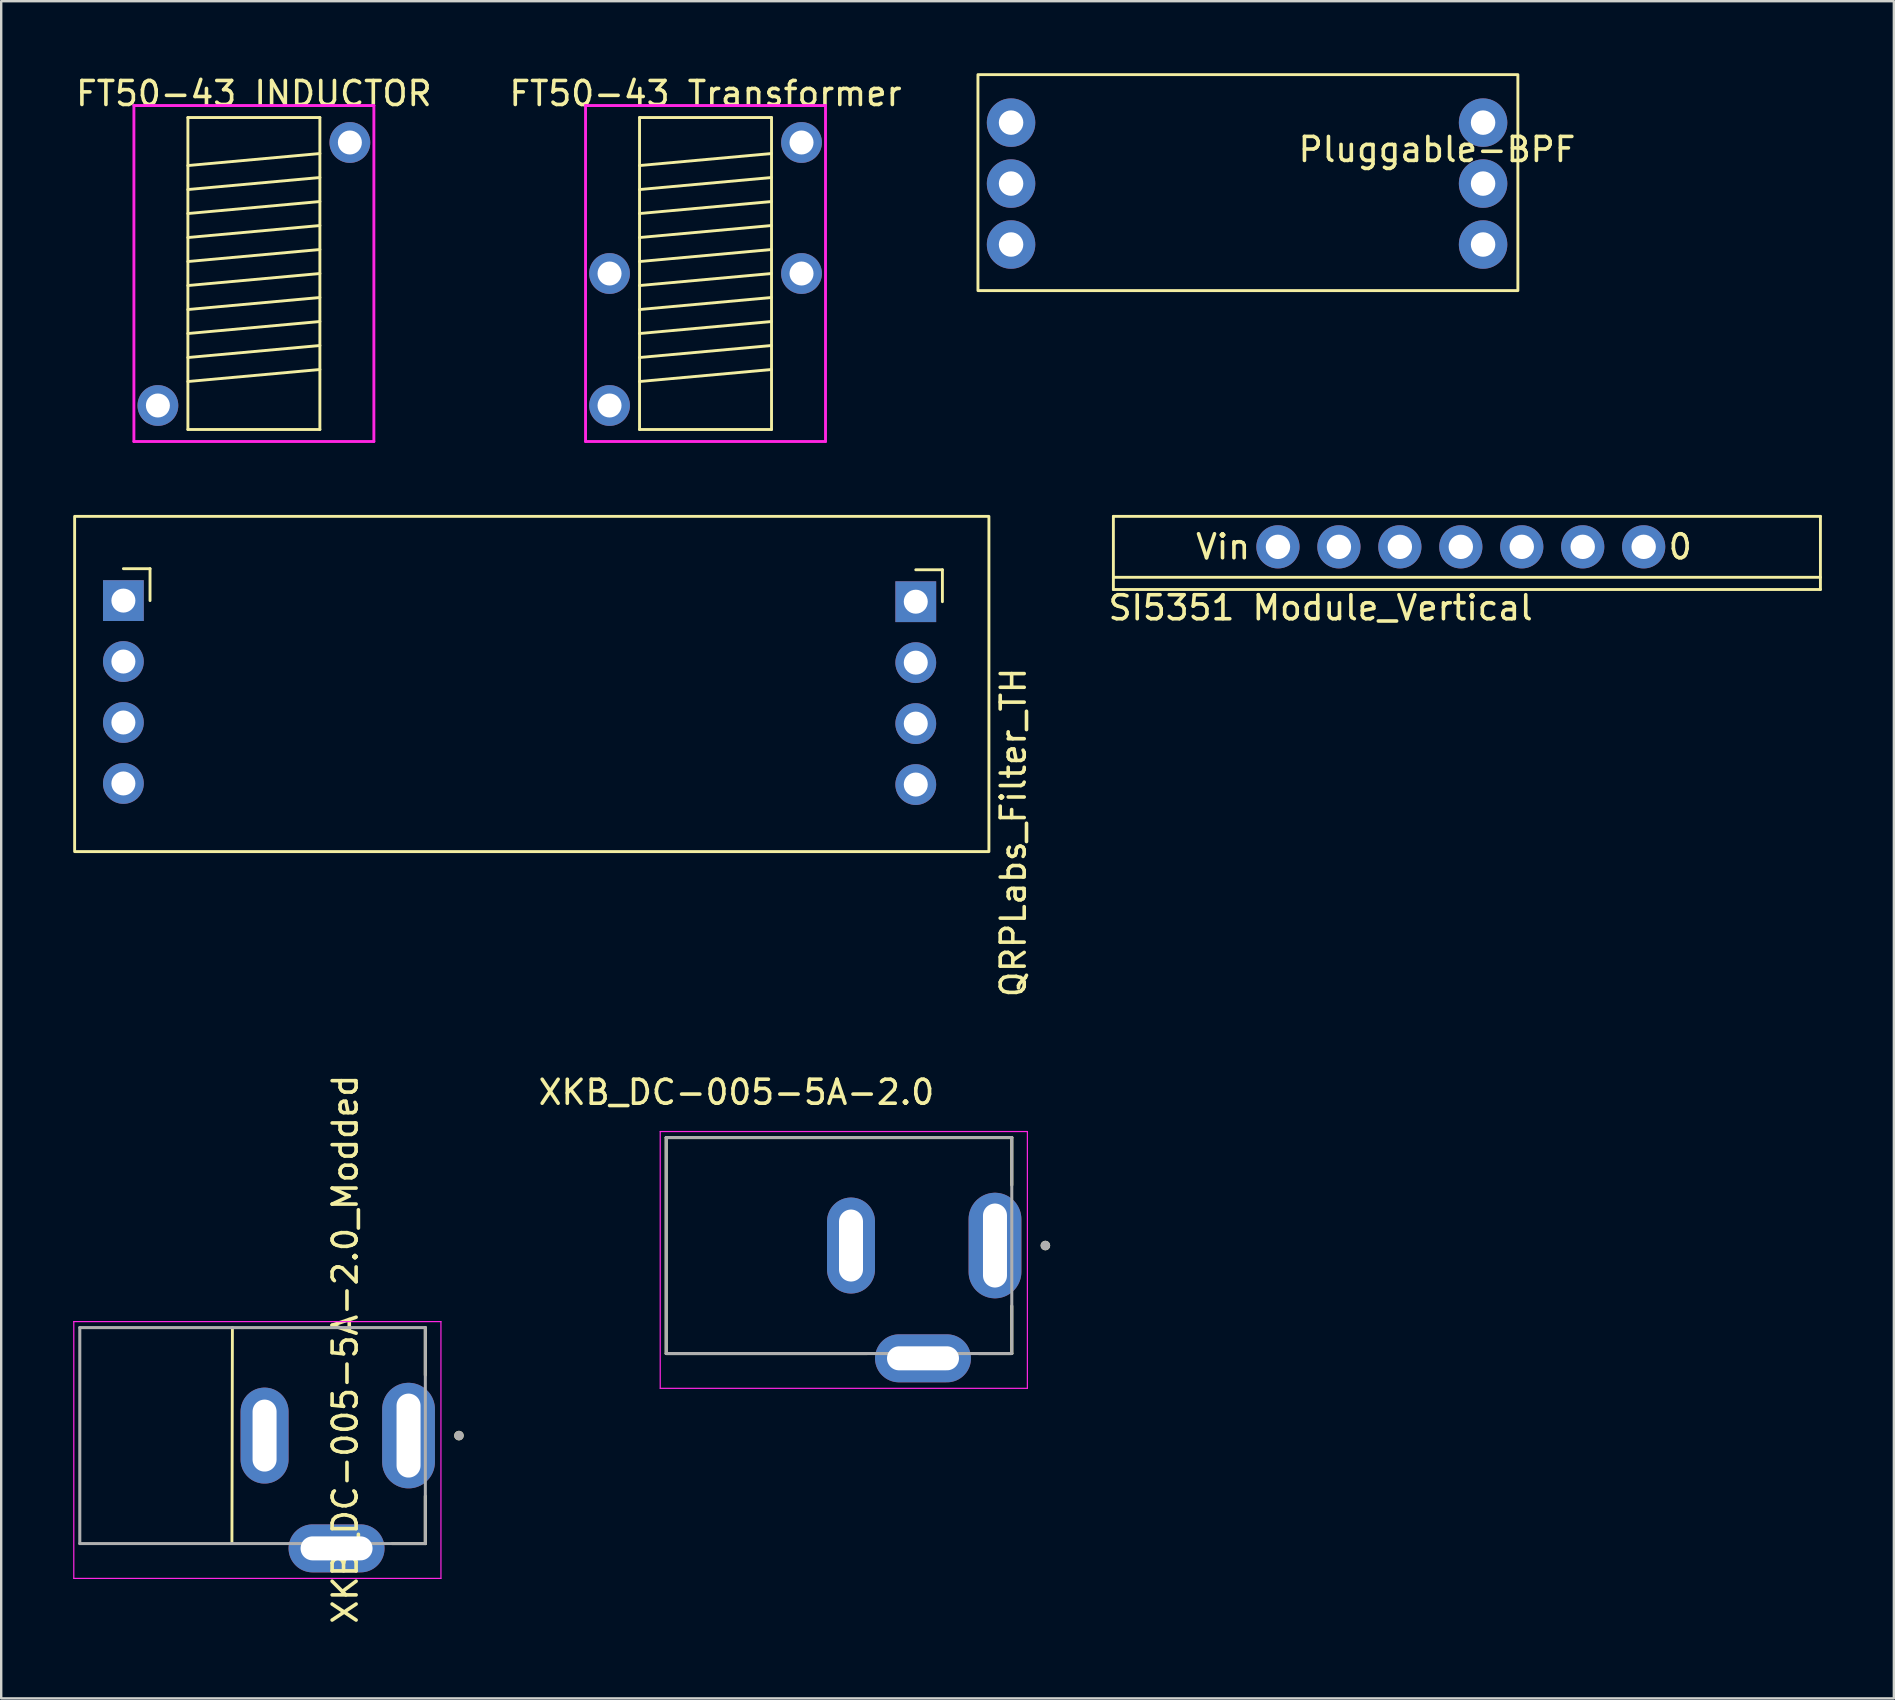
<source format=kicad_pcb>
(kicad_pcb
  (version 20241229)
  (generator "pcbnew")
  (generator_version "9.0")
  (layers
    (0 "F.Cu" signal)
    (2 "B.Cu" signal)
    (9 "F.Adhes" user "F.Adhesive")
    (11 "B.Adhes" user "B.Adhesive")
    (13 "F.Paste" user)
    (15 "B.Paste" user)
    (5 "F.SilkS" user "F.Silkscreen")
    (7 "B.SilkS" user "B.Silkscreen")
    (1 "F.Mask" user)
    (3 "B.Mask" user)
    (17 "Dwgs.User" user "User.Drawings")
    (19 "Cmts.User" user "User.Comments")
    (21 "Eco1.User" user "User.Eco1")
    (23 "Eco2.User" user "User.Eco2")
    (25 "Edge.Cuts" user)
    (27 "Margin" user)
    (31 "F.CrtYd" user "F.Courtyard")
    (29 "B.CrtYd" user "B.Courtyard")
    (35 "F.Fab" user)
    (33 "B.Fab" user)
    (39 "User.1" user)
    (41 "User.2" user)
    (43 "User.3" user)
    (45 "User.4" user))
  (footprint "FT50-43 INDUCTOR"
    (layer "F.Cu")
    (at 7.53 0.348)
    (property "Reference" "FT50-43 INDUCTOR" (at 0 0.5 0) (unlocked yes) (layer "F.SilkS") (effects (font (size 1 1) (thickness 0.15))))
    (attr through_hole)
    (fp_line (start -2.75 1.5) (end 2.75 1.5) (stroke (width 0.12) (type solid)) (layer "F.SilkS"))
    (fp_line (start -2.75 3.5) (end 2.75 3) (stroke (width 0.12) (type solid)) (layer "F.SilkS"))
    (fp_line (start -2.75 4.5) (end 2.75 4) (stroke (width 0.12) (type solid)) (layer "F.SilkS"))
    (fp_line (start -2.75 5.5) (end 2.75 5) (stroke (width 0.12) (type solid)) (layer "F.SilkS"))
    (fp_line (start -2.75 6.5) (end 2.75 6) (stroke (width 0.12) (type solid)) (layer "F.SilkS"))
    (fp_line (start -2.75 7.5) (end 2.75 7) (stroke (width 0.12) (type solid)) (layer "F.SilkS"))
    (fp_line (start -2.75 8.5) (end 2.75 8) (stroke (width 0.12) (type solid)) (layer "F.SilkS"))
    (fp_line (start -2.75 9.5) (end 2.75 9) (stroke (width 0.12) (type solid)) (layer "F.SilkS"))
    (fp_line (start -2.75 10.5) (end 2.75 10) (stroke (width 0.12) (type solid)) (layer "F.SilkS"))
    (fp_line (start -2.75 11.5) (end 2.75 11) (stroke (width 0.12) (type solid)) (layer "F.SilkS"))
    (fp_line (start -2.75 12.5) (end 2.75 12) (stroke (width 0.12) (type solid)) (layer "F.SilkS"))
    (fp_line (start -2.75 14.5) (end -2.75 1.5) (stroke (width 0.12) (type solid)) (layer "F.SilkS"))
    (fp_line (start 2.75 1.5) (end 2.75 14.5) (stroke (width 0.12) (type solid)) (layer "F.SilkS"))
    (fp_line (start 2.75 14.5) (end -2.75 14.5) (stroke (width 0.12) (type solid)) (layer "F.SilkS"))
    (fp_line (start -5 1) (end 5 1) (stroke (width 0.12) (type solid)) (layer "F.CrtYd"))
    (fp_line (start -5 15) (end -5 1) (stroke (width 0.12) (type solid)) (layer "F.CrtYd"))
    (fp_line (start 5 1) (end 5 15) (stroke (width 0.12) (type solid)) (layer "F.CrtYd"))
    (fp_line (start 5 15) (end -5 15) (stroke (width 0.12) (type solid)) (layer "F.CrtYd"))
    (pad "1" thru_hole circle (at 4 2.54) (size 1.7 1.7) (drill 1) (layers "*.Cu" "*.Mask"))
    (pad "2" thru_hole circle (at -4 13.5) (size 1.7 1.7) (drill 1) (layers "*.Cu" "*.Mask")))
  (footprint "Pluggable-BPF"
    (layer "F.Cu")
    (at 48.703 4.73)
    (property "Reference" "Pluggable-BPF" (at 8.13 -1.55 0) (layer "F.SilkS") (effects (font (size 1 1) (thickness 0.15))))
    (attr through_hole)
    (fp_rect (start -11 -4.67) (end 11.5 4.33) (stroke (width 0.12) (type default)) (fill no) (layer "F.SilkS"))
    (pad "1" thru_hole circle (at -9.62 -2.67 270) (size 2.02 2.02) (drill 1.02) (layers "*.Cu" "*.Mask"))
    (pad "2" thru_hole circle (at -9.62 -0.13 270) (size 2.02 2.02) (drill 1.02) (layers "*.Cu" "*.Mask"))
    (pad "3" thru_hole circle (at -9.62 2.41 270) (size 2.02 2.02) (drill 1.02) (layers "*.Cu" "*.Mask"))
    (pad "4" thru_hole circle (at 10.05 -2.67 270) (size 2.02 2.02) (drill 1.02) (layers "*.Cu" "*.Mask"))
    (pad "5" thru_hole circle (at 10.05 -0.13 270) (size 2.02 2.02) (drill 1.02) (layers "*.Cu" "*.Mask"))
    (pad "6" thru_hole circle (at 10.05 2.41 270) (size 2.02 2.02) (drill 1.02) (layers "*.Cu" "*.Mask")))
  (footprint "FT50-43 Transformer"
    (layer "F.Cu")
    (at 26.351 0.348)
    (property "Reference" "FT50-43 Transformer" (at 0 0.5 0) (unlocked yes) (layer "F.SilkS") (effects (font (size 1 1) (thickness 0.15))))
    (attr through_hole)
    (fp_line (start -2.75 1.5) (end 2.75 1.5) (stroke (width 0.12) (type solid)) (layer "F.SilkS"))
    (fp_line (start -2.75 3.5) (end 2.75 3) (stroke (width 0.12) (type solid)) (layer "F.SilkS"))
    (fp_line (start -2.75 4.5) (end 2.75 4) (stroke (width 0.12) (type solid)) (layer "F.SilkS"))
    (fp_line (start -2.75 5.5) (end 2.75 5) (stroke (width 0.12) (type solid)) (layer "F.SilkS"))
    (fp_line (start -2.75 6.5) (end 2.75 6) (stroke (width 0.12) (type solid)) (layer "F.SilkS"))
    (fp_line (start -2.75 7.5) (end 2.75 7) (stroke (width 0.12) (type solid)) (layer "F.SilkS"))
    (fp_line (start -2.75 8.5) (end 2.75 8) (stroke (width 0.12) (type solid)) (layer "F.SilkS"))
    (fp_line (start -2.75 9.5) (end 2.75 9) (stroke (width 0.12) (type solid)) (layer "F.SilkS"))
    (fp_line (start -2.75 10.5) (end 2.75 10) (stroke (width 0.12) (type solid)) (layer "F.SilkS"))
    (fp_line (start -2.75 11.5) (end 2.75 11) (stroke (width 0.12) (type solid)) (layer "F.SilkS"))
    (fp_line (start -2.75 12.5) (end 2.75 12) (stroke (width 0.12) (type solid)) (layer "F.SilkS"))
    (fp_line (start -2.75 14.5) (end -2.75 1.5) (stroke (width 0.12) (type solid)) (layer "F.SilkS"))
    (fp_line (start 2.75 1.5) (end 2.75 14.5) (stroke (width 0.12) (type solid)) (layer "F.SilkS"))
    (fp_line (start 2.75 14.5) (end -2.75 14.5) (stroke (width 0.12) (type solid)) (layer "F.SilkS"))
    (fp_line (start -5 1) (end -5 15) (stroke (width 0.12) (type solid)) (layer "F.CrtYd"))
    (fp_line (start -5 15) (end 5 15) (stroke (width 0.12) (type solid)) (layer "F.CrtYd"))
    (fp_line (start 5 1) (end -5 1) (stroke (width 0.12) (type solid)) (layer "F.CrtYd"))
    (fp_line (start 5 15) (end 5 1) (stroke (width 0.12) (type solid)) (layer "F.CrtYd"))
    (pad "1" thru_hole circle (at 4 2.54) (size 1.7 1.7) (drill 1) (layers "*.Cu" "*.Mask"))
    (pad "2" thru_hole circle (at -4 13.5) (size 1.7 1.7) (drill 1) (layers "*.Cu" "*.Mask"))
    (pad "3" thru_hole circle (at 4 8) (size 1.7 1.7) (drill 1) (layers "*.Cu" "*.Mask"))
    (pad "4" thru_hole circle (at -4 8) (size 1.7 1.7) (drill 1) (layers "*.Cu" "*.Mask")))
  (footprint "SI5351 Module_Vertical"
    (layer "F.Cu")
    (at 44.109 25.834)
    (property "Reference" "SI5351 Module_Vertical" (at 7.874 -3.556 0) (layer "F.SilkS") (effects (font (size 1 1) (thickness 0.15))))
    (attr through_hole)
    (fp_line (start -0.762 -7.366) (end -0.762 -4.318) (stroke (width 0.12) (type solid)) (layer "F.SilkS"))
    (fp_line (start -0.762 -7.366) (end 28.702 -7.366) (stroke (width 0.12) (type solid)) (layer "F.SilkS"))
    (fp_line (start -0.762 -4.826) (end 28.702 -4.826) (stroke (width 0.12) (type solid)) (layer "F.SilkS"))
    (fp_line (start -0.762 -4.318) (end 28.702 -4.318) (stroke (width 0.12) (type solid)) (layer "F.SilkS"))
    (fp_line (start 28.702 -7.366) (end 28.702 -4.318) (stroke (width 0.12) (type solid)) (layer "F.SilkS"))
    (fp_text user "Vin" (at 3.81 -6.096 0) (layer "F.SilkS") (effects (font (size 1 1) (thickness 0.15))))
    (fp_text user "0" (at 22.86 -6.096 0) (layer "F.SilkS") (effects (font (size 1 1) (thickness 0.15))))
    (pad "1" thru_hole circle (at 6.096 -6.096) (size 1.8 1.8) (drill 1.016) (layers "*.Cu" "*.Mask"))
    (pad "2" thru_hole circle (at 8.636 -6.096) (size 1.8 1.8) (drill 1.016) (layers "*.Cu" "*.Mask"))
    (pad "3" thru_hole circle (at 11.176 -6.096) (size 1.8 1.8) (drill 1.016) (layers "*.Cu" "*.Mask"))
    (pad "4" thru_hole circle (at 13.716 -6.096) (size 1.8 1.8) (drill 1.016) (layers "*.Cu" "*.Mask"))
    (pad "5" thru_hole circle (at 16.256 -6.096) (size 1.8 1.8) (drill 1.016) (layers "*.Cu" "*.Mask"))
    (pad "6" thru_hole circle (at 18.796 -6.096) (size 1.8 1.8) (drill 1.016) (layers "*.Cu" "*.Mask"))
    (pad "7" thru_hole circle (at 21.336 -6.096) (size 1.8 1.8) (drill 1.016) (layers "*.Cu" "*.Mask")))
  (footprint "XKB_DC-005-5A-2.0"
    (layer "F.Cu")
    (at 32.413 48.854)
    (property "Reference" "XKB_DC-005-5A-2.0" (at -4.775 -6.385 0) (layer "F.SilkS") (effects (font (size 1 1) (thickness 0.15))))
    (attr through_hole)
    (fp_line (start -7.7 -4.5) (end 6.7 -4.5) (stroke (width 0.127) (type solid)) (layer "F.SilkS"))
    (fp_line (start -7.7 4.5) (end -7.7 -4.5) (stroke (width 0.127) (type solid)) (layer "F.SilkS"))
    (fp_line (start 0.68 4.5) (end -7.7 4.5) (stroke (width 0.127) (type solid)) (layer "F.SilkS"))
    (fp_line (start 6.7 -4.5) (end 6.7 -2.52) (stroke (width 0.127) (type solid)) (layer "F.SilkS"))
    (fp_line (start 6.7 4.5) (end 5.32 4.5) (stroke (width 0.127) (type solid)) (layer "F.SilkS"))
    (fp_line (start 6.7 4.5) (end 6.7 2.52) (stroke (width 0.127) (type solid)) (layer "F.SilkS"))
    (fp_circle (center 8.1 0) (end 8.2 0) (stroke (width 0.2) (type solid)) (fill no) (layer "F.SilkS"))
    (fp_line (start -7.95 -4.75) (end -7.95 5.95) (stroke (width 0.05) (type solid)) (layer "F.CrtYd"))
    (fp_line (start -7.95 5.95) (end 7.35 5.95) (stroke (width 0.05) (type solid)) (layer "F.CrtYd"))
    (fp_line (start 7.35 -4.75) (end -7.95 -4.75) (stroke (width 0.05) (type solid)) (layer "F.CrtYd"))
    (fp_line (start 7.35 5.95) (end 7.35 -4.75) (stroke (width 0.05) (type solid)) (layer "F.CrtYd"))
    (fp_line (start -7.7 -4.5) (end 6.7 -4.5) (stroke (width 0.127) (type solid)) (layer "F.Fab"))
    (fp_line (start -7.7 4.5) (end -7.7 -4.5) (stroke (width 0.127) (type solid)) (layer "F.Fab"))
    (fp_line (start 6.7 -4.5) (end 6.7 4.5) (stroke (width 0.127) (type solid)) (layer "F.Fab"))
    (fp_line (start 6.7 4.5) (end -7.7 4.5) (stroke (width 0.127) (type solid)) (layer "F.Fab"))
    (fp_circle (center 8.1 0) (end 8.2 0) (stroke (width 0.2) (type solid)) (fill no) (layer "F.Fab"))
    (pad "1" thru_hole oval (at 6 0) (size 2.2 4.4) (drill oval 1 3.5) (layers "*.Cu" "*.Mask"))
    (pad "2" thru_hole oval (at 0 0) (size 2 4) (drill oval 1 3) (layers "*.Cu" "*.Mask"))
    (pad "3" thru_hole oval (at 3 4.7) (size 4 2) (drill oval 3 1) (layers "*.Cu" "*.Mask")))
  (footprint "XKB_DC-005-5A-2.0_Modded"
    (layer "F.Cu")
    (at 7.975 56.774)
    (property "Reference" "XKB_DC-005-5A-2.0_Modded" (at 3.36 -3.6 90) (layer "F.SilkS") (effects (font (size 1 1) (thickness 0.15))))
    (attr through_hole)
    (fp_line (start -1.34 -4.5) (end -1.36 4.45) (stroke (width 0.12) (type solid)) (layer "F.SilkS"))
    (fp_line (start 6.7 -4.5) (end 6.7 -2.52) (stroke (width 0.127) (type solid)) (layer "F.SilkS"))
    (fp_line (start 6.7 4.5) (end 5.32 4.5) (stroke (width 0.127) (type solid)) (layer "F.SilkS"))
    (fp_line (start 6.7 4.5) (end 6.7 2.52) (stroke (width 0.127) (type solid)) (layer "F.SilkS"))
    (fp_circle (center 8.1 0) (end 8.2 0) (stroke (width 0.2) (type solid)) (fill no) (layer "F.SilkS"))
    (fp_line (start -7.95 -4.75) (end -7.95 5.95) (stroke (width 0.05) (type solid)) (layer "F.CrtYd"))
    (fp_line (start -7.95 5.95) (end 7.35 5.95) (stroke (width 0.05) (type solid)) (layer "F.CrtYd"))
    (fp_line (start 7.35 -4.75) (end -7.95 -4.75) (stroke (width 0.05) (type solid)) (layer "F.CrtYd"))
    (fp_line (start 7.35 5.95) (end 7.35 -4.75) (stroke (width 0.05) (type solid)) (layer "F.CrtYd"))
    (fp_line (start -7.7 -4.5) (end 6.7 -4.5) (stroke (width 0.127) (type solid)) (layer "F.Fab"))
    (fp_line (start -7.7 4.5) (end -7.7 -4.5) (stroke (width 0.127) (type solid)) (layer "F.Fab"))
    (fp_line (start 6.7 -4.5) (end 6.7 4.5) (stroke (width 0.127) (type solid)) (layer "F.Fab"))
    (fp_line (start 6.7 4.5) (end -7.7 4.5) (stroke (width 0.127) (type solid)) (layer "F.Fab"))
    (fp_circle (center 8.1 0) (end 8.2 0) (stroke (width 0.2) (type solid)) (fill no) (layer "F.Fab"))
    (pad "1" thru_hole oval (at 6 0) (size 2.2 4.4) (drill oval 1 3.5) (layers "*.Cu" "*.Mask"))
    (pad "2" thru_hole oval (at 0 0) (size 2 4) (drill oval 1 3) (layers "*.Cu" "*.Mask"))
    (pad "3" thru_hole oval (at 3 4.7) (size 4 2) (drill oval 3 1) (layers "*.Cu" "*.Mask")))
  (footprint "QRPLabs_Filter_TH"
    (layer "F.Cu")
    (at 12.252 27.358)
    (property "Reference" "QRPLabs_Filter_TH" (at 26.924 4.28 90) (unlocked yes) (layer "F.SilkS") (effects (font (size 1 1) (thickness 0.15))))
    (attr through_hole)
    (fp_line (start -10.16 -6.71) (end -9.05 -6.71) (stroke (width 0.12) (type solid)) (layer "F.SilkS"))
    (fp_line (start -9.05 -6.71) (end -9.05 -5.38) (stroke (width 0.12) (type solid)) (layer "F.SilkS"))
    (fp_line (start 22.86 -6.664) (end 23.97 -6.664) (stroke (width 0.12) (type solid)) (layer "F.SilkS"))
    (fp_line (start 23.97 -6.664) (end 23.97 -5.334) (stroke (width 0.12) (type solid)) (layer "F.SilkS"))
    (fp_rect (start 25.908 5.08) (end -12.192 -8.89) (stroke (width 0.12) (type solid)) (fill no) (layer "F.SilkS"))
    (fp_line (start -10.16 -5.08) (end -10.16 -5.68) (stroke (width 0.1) (type solid)) (layer "F.Fab"))
    (fp_line (start -10.16 -2.54) (end -10.16 -3.14) (stroke (width 0.1) (type solid)) (layer "F.Fab"))
    (fp_line (start -10.16 0) (end -10.16 -0.6) (stroke (width 0.1) (type solid)) (layer "F.Fab"))
    (fp_line (start -10.16 2.54) (end -10.16 1.94) (stroke (width 0.1) (type solid)) (layer "F.Fab"))
    (fp_line (start 22.86 -5.034) (end 22.86 -5.634) (stroke (width 0.1) (type solid)) (layer "F.Fab"))
    (fp_line (start 22.86 -2.494) (end 22.86 -3.094) (stroke (width 0.1) (type solid)) (layer "F.Fab"))
    (fp_line (start 22.86 0.046) (end 22.86 -0.554) (stroke (width 0.1) (type solid)) (layer "F.Fab"))
    (fp_line (start 22.86 2.586) (end 22.86 1.986) (stroke (width 0.1) (type solid)) (layer "F.Fab"))
    (pad "1" thru_hole rect (at -10.16 -5.38) (size 1.7 1.7) (drill 1) (layers "*.Cu" "*.Mask"))
    (pad "2" thru_hole oval (at -10.16 -2.84) (size 1.7 1.7) (drill 1) (layers "*.Cu" "*.Mask"))
    (pad "3" thru_hole oval (at -10.16 -0.3) (size 1.7 1.7) (drill 1) (layers "*.Cu" "*.Mask"))
    (pad "4" thru_hole oval (at -10.16 2.24) (size 1.7 1.7) (drill 1) (layers "*.Cu" "*.Mask"))
    (pad "5" thru_hole oval (at 22.86 2.286) (size 1.7 1.7) (drill 1) (layers "*.Cu" "*.Mask"))
    (pad "6" thru_hole oval (at 22.86 -0.254) (size 1.7 1.7) (drill 1) (layers "*.Cu" "*.Mask"))
    (pad "7" thru_hole oval (at 22.86 -2.794) (size 1.7 1.7) (drill 1) (layers "*.Cu" "*.Mask"))
    (pad "8" thru_hole rect (at 22.86 -5.334) (size 1.7 1.7) (drill 1) (layers "*.Cu" "*.Mask")))
  (gr_rect
    (start -3 -3)
    (end 75.871 67.727)
    (stroke (width 0.1) (type default))
    (fill no)
    (layer "Edge.Cuts")))
</source>
